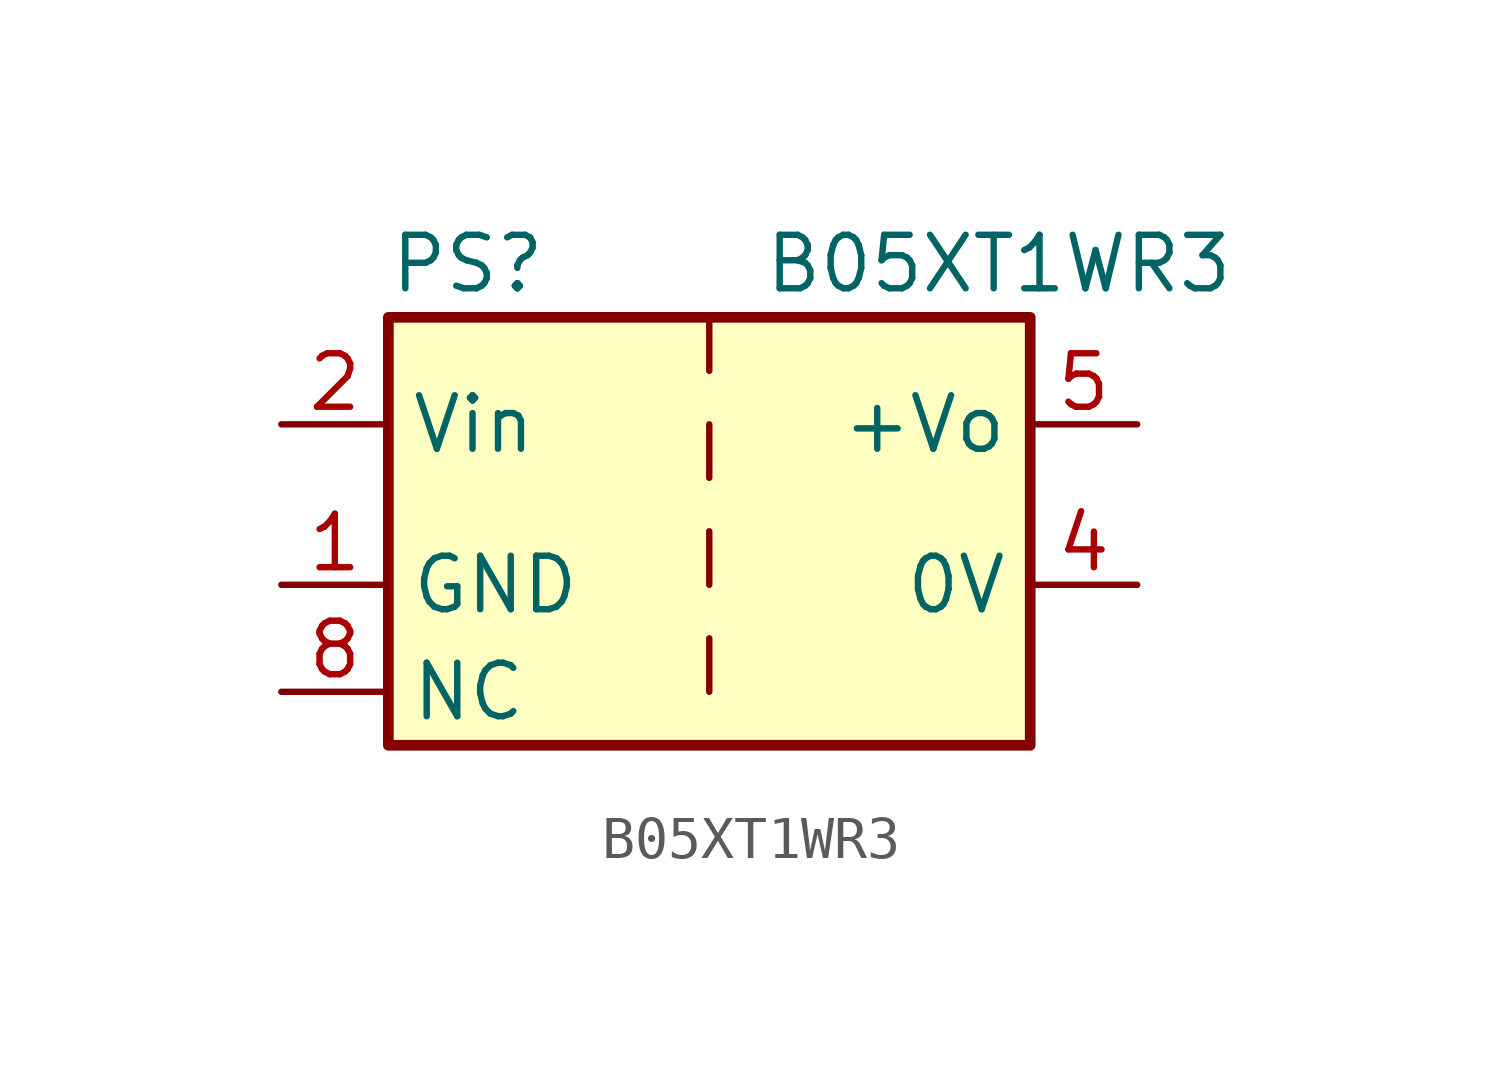
<source format=kicad_sym>
(kicad_symbol_lib
  (version 20211014)
  (generator kicad_symbol_editor)
  (symbol "B05XT1WR3"
    (property "Reference" "PS"
      (at -7.62 6.35 0)
      (effects (font (size 1.27 1.27)) (justify left)))
    (property "Value" "B05XT1WR3"
      (at 1.27 6.35 0)
      (effects (font (size 1.27 1.27)) (justify left)))
    (symbol "B05XT1WR3_0_0"
      (pin power_in line (at -10.16 -1.27 0) (length 2.54) (name "GND" (effects (font (size 1.27 1.27)))) (number "1" (effects (font (size 1.27 1.27)))))
      (pin power_in line (at -10.16 2.54 0) (length 2.54) (name "Vin" (effects (font (size 1.27 1.27)))) (number "2" (effects (font (size 1.27 1.27)))))
      (pin power_out line (at 10.16 -1.27 180) (length 2.54) (name "0V" (effects (font (size 1.27 1.27)))) (number "4" (effects (font (size 1.27 1.27)))))
      (pin power_out line (at 10.16 2.54 180) (length 2.54) (name "+Vo" (effects (font (size 1.27 1.27)))) (number "5" (effects (font (size 1.27 1.27)))))
      (pin power_in line (at -10.16 -3.81 0) (length 2.54) (name "NC" (effects (font (size 1.27 1.27)))) (number "8" (effects (font (size 1.27 1.27))))))
    (symbol "B05XT1WR3_0_1"
      (rectangle (start -7.62 5.08) (end 7.62 -5.08) (stroke (width 0.254) (type default) (color 0 0 0 0)) (fill (type background)))
      (polyline (pts (xy 0 -2.54) (xy 0 -3.81)) (stroke (width 0) (type default) (color 0 0 0 0)) (fill (type none)))
      (polyline (pts (xy 0 0) (xy 0 -1.27)) (stroke (width 0) (type default) (color 0 0 0 0)) (fill (type none)))
      (polyline (pts (xy 0 2.54) (xy 0 1.27)) (stroke (width 0) (type default) (color 0 0 0 0)) (fill (type none)))
      (polyline (pts (xy 0 5.08) (xy 0 3.81)) (stroke (width 0) (type default) (color 0 0 0 0)) (fill (type none))))))
</source>
